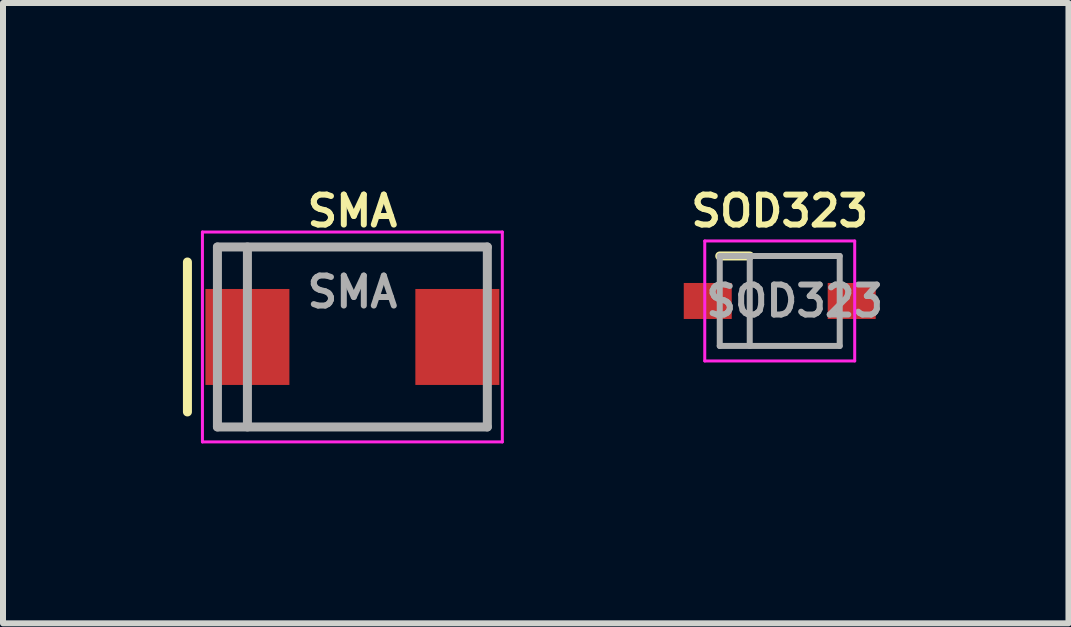
<source format=kicad_pcb>
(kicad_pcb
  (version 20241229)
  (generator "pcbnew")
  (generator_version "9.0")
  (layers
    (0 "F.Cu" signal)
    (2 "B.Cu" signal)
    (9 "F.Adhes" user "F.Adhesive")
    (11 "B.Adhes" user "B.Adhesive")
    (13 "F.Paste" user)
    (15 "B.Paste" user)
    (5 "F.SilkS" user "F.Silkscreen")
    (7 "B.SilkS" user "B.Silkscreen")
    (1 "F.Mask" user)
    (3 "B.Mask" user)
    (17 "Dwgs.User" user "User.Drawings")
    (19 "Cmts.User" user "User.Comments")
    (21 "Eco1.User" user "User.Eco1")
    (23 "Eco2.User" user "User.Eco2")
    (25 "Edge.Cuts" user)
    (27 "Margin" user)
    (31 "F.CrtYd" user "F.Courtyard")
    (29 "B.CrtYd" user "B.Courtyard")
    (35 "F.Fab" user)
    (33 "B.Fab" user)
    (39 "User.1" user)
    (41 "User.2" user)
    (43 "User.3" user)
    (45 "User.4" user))
  (footprint "SMA"
    (layer "F.Cu")
    (at 2.825 2.568)
    (property "Reference" "SMA" (at 0 -2.1 0) (layer "F.SilkS") (effects (font (size 0.5 0.5) (thickness 0.1))))
    (attr smd)
    (fp_line (start -2.75 -1.25) (end -2.75 1.25) (stroke (width 0.15) (type solid)) (layer "F.SilkS"))
    (fp_line (start -2.5 -1.75) (end 2.5 -1.75) (stroke (width 0.05) (type solid)) (layer "F.CrtYd"))
    (fp_line (start -2.5 1.75) (end -2.5 -1.75) (stroke (width 0.05) (type solid)) (layer "F.CrtYd"))
    (fp_line (start 2.5 -1.75) (end 2.5 1.75) (stroke (width 0.05) (type solid)) (layer "F.CrtYd"))
    (fp_line (start 2.5 1.75) (end -2.5 1.75) (stroke (width 0.05) (type solid)) (layer "F.CrtYd"))
    (fp_line (start -2.25 -1.5) (end 2.25 -1.5) (stroke (width 0.15) (type solid)) (layer "F.Fab"))
    (fp_line (start -2.25 1.5) (end -2.25 -1.5) (stroke (width 0.15) (type solid)) (layer "F.Fab"))
    (fp_line (start -1.75 -1.5) (end -1.75 1.5) (stroke (width 0.15) (type solid)) (layer "F.Fab"))
    (fp_line (start 2.25 -1.5) (end 2.25 1.5) (stroke (width 0.15) (type solid)) (layer "F.Fab"))
    (fp_line (start 2.25 1.5) (end -2.25 1.5) (stroke (width 0.15) (type solid)) (layer "F.Fab"))
    (fp_text user "${REFERENCE}" (at 0 -0.75 0) (layer "F.Fab") (effects (font (size 0.5 0.5) (thickness 0.1))))
    (pad "A" smd rect (at 1.75 0) (size 1.4 1.6) (layers "F.Cu" "F.Mask" "F.Paste"))
    (pad "C" smd rect (at -1.75 0) (size 1.4 1.6) (layers "F.Cu" "F.Mask" "F.Paste")))
  (footprint "SOD323"
    (layer "F.Cu")
    (at 9.95 1.968)
    (property "Reference" "SOD323" (at 0 -1.5 0) (layer "F.SilkS") (effects (font (size 0.5 0.5) (thickness 0.1))))
    (attr smd)
    (fp_line (start -0.5 -0.75) (end -1 -0.75) (stroke (width 0.15) (type solid)) (layer "F.SilkS"))
    (fp_line (start -1.25 -1) (end 1.25 -1) (stroke (width 0.05) (type solid)) (layer "F.CrtYd"))
    (fp_line (start -1.25 1) (end -1.25 -1) (stroke (width 0.05) (type solid)) (layer "F.CrtYd"))
    (fp_line (start 1.25 -1) (end 1.25 1) (stroke (width 0.05) (type solid)) (layer "F.CrtYd"))
    (fp_line (start 1.25 1) (end -1.25 1) (stroke (width 0.05) (type solid)) (layer "F.CrtYd"))
    (fp_line (start -1 -0.75) (end 1 -0.75) (stroke (width 0.1) (type solid)) (layer "F.Fab"))
    (fp_line (start -1 0.75) (end -1 -0.75) (stroke (width 0.1) (type solid)) (layer "F.Fab"))
    (fp_line (start -0.5 -0.75) (end -0.5 0.75) (stroke (width 0.1) (type solid)) (layer "F.Fab"))
    (fp_line (start 1 -0.75) (end 1 0.75) (stroke (width 0.1) (type solid)) (layer "F.Fab"))
    (fp_line (start 1 0.75) (end -1 0.75) (stroke (width 0.1) (type solid)) (layer "F.Fab"))
    (fp_text user "${REFERENCE}" (at 0.25 0 0) (layer "F.Fab") (effects (font (size 0.5 0.5) (thickness 0.1))))
    (pad "A" smd rect (at 1.2 0) (size 0.8 0.6) (layers "F.Cu" "F.Mask" "F.Paste"))
    (pad "C" smd rect (at -1.2 0) (size 0.8 0.6) (layers "F.Cu" "F.Mask" "F.Paste")))
  (gr_rect
    (start -3 -3)
    (end 14.764 7.343)
    (stroke (width 0.1) (type default))
    (fill no)
    (layer "Edge.Cuts")))
</source>
